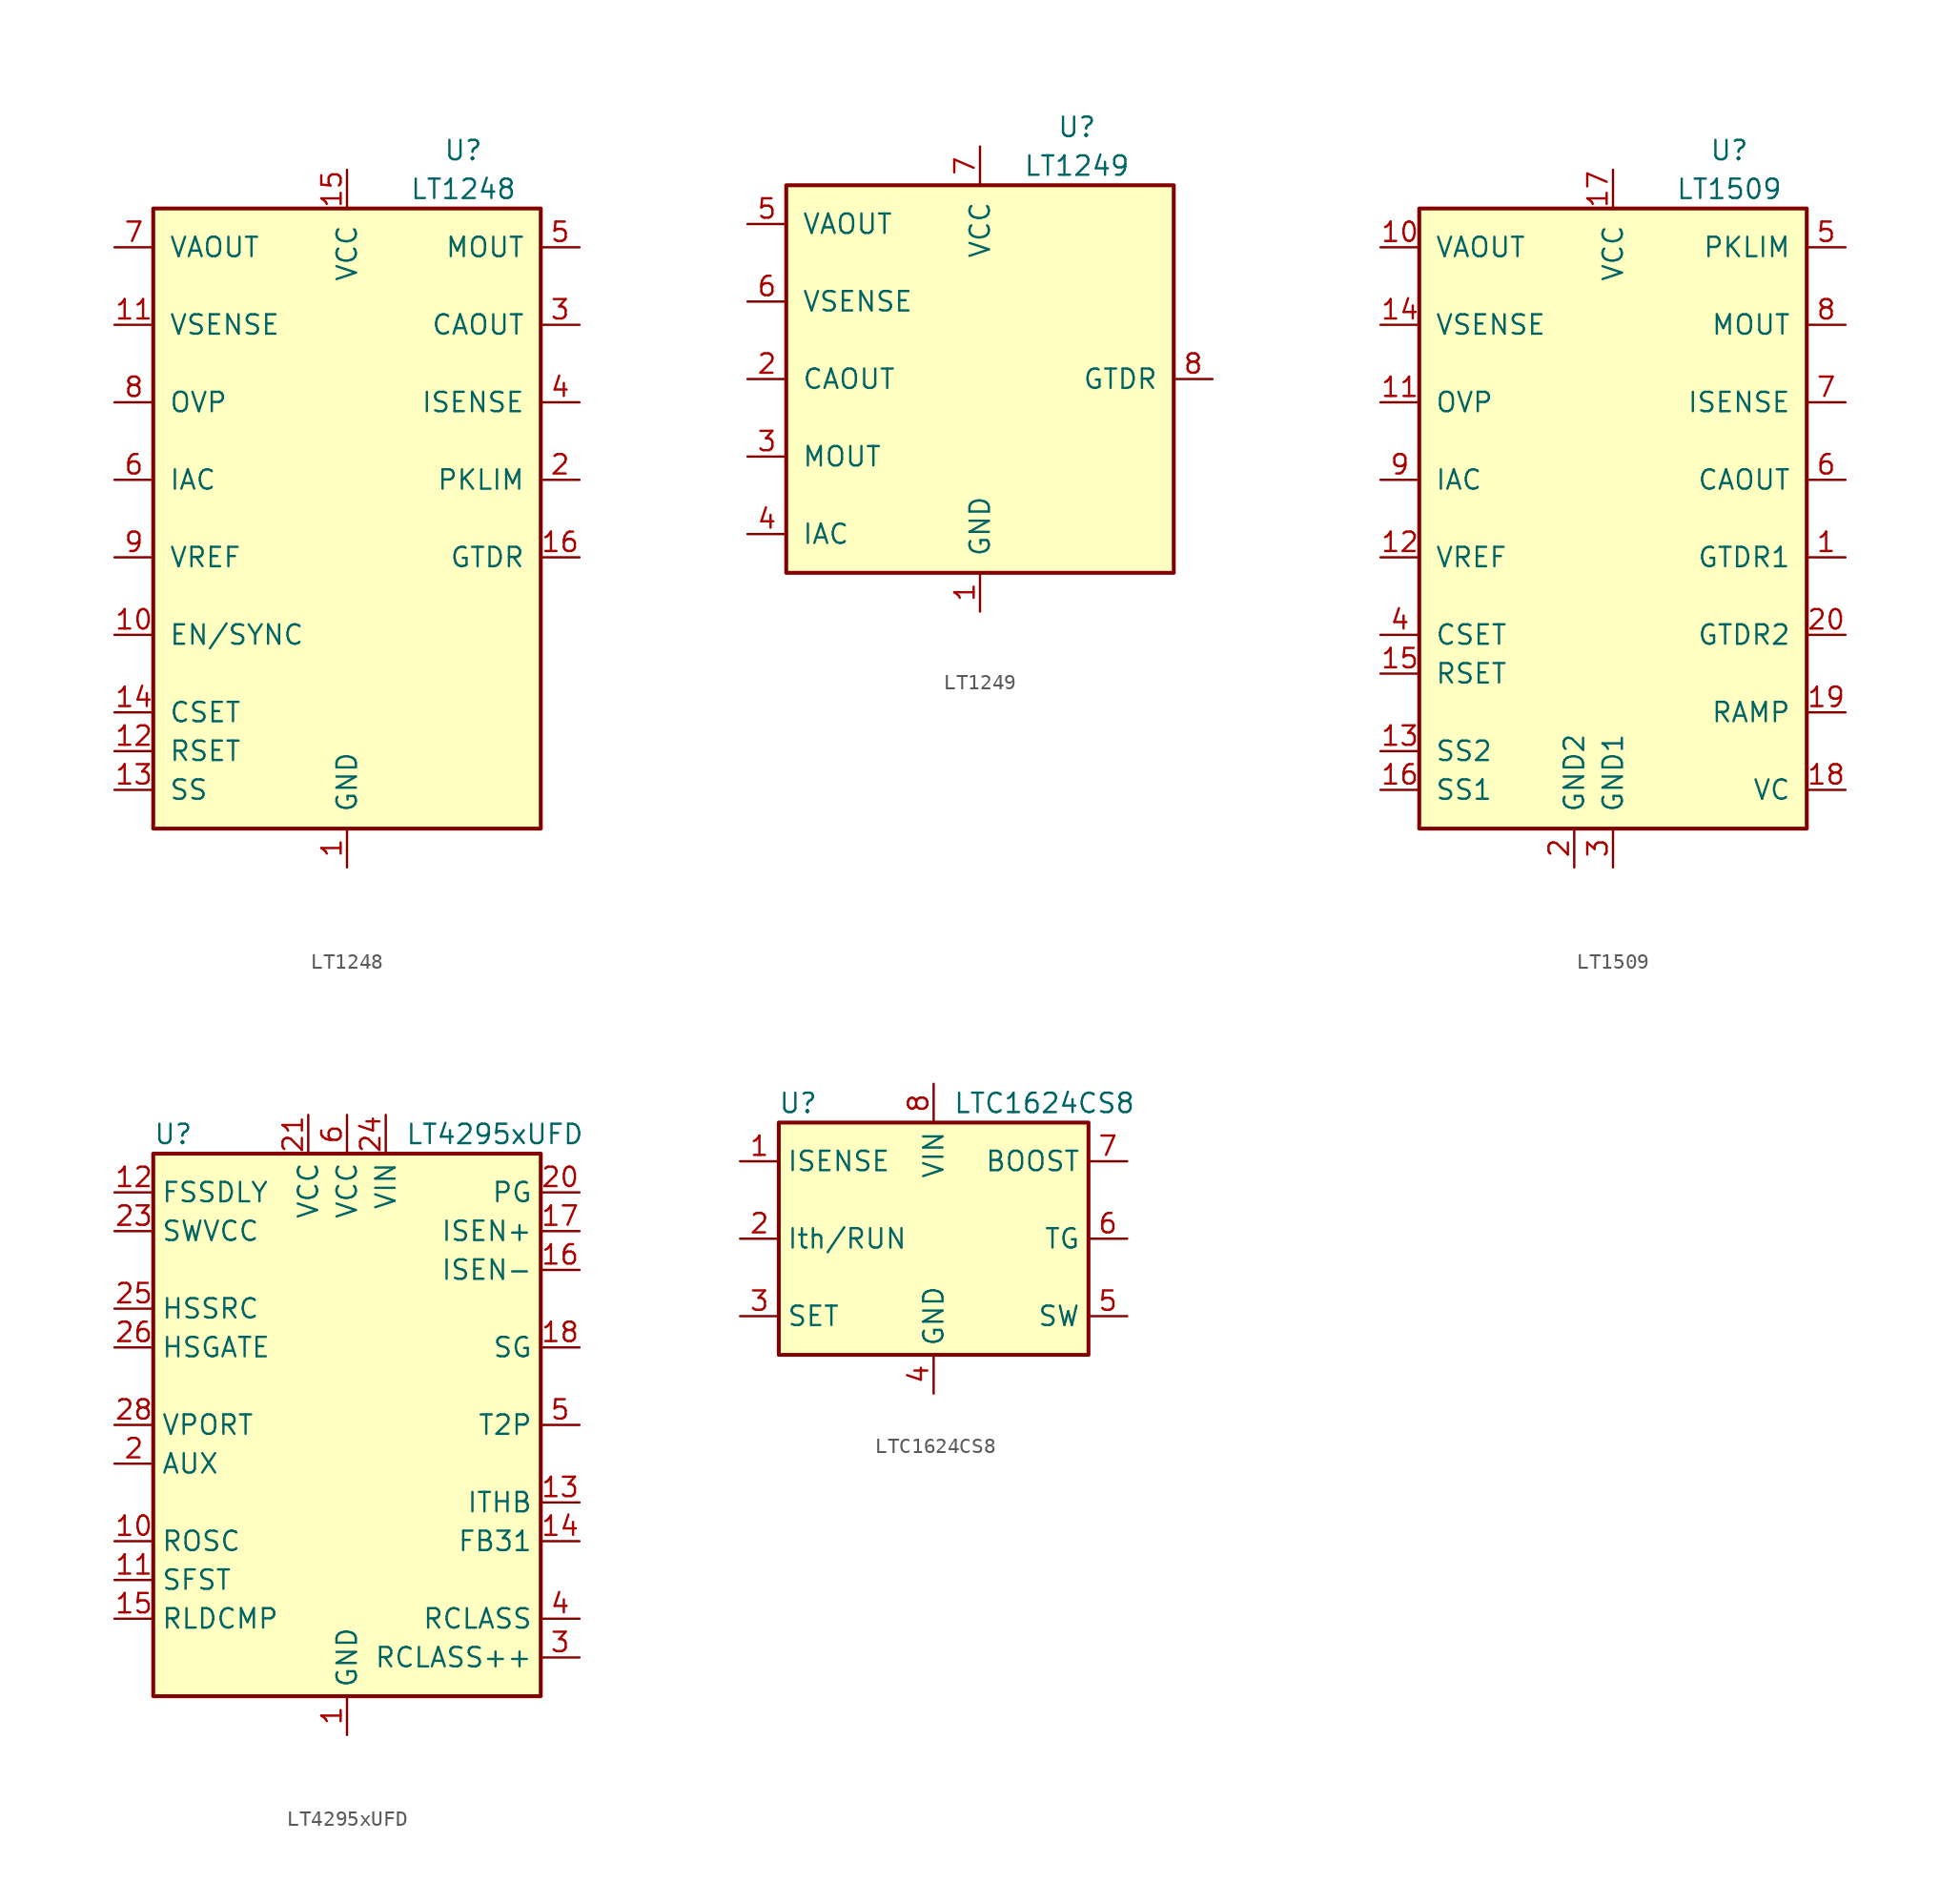
<source format=kicad_sym>
(kicad_symbol_lib
  (version 20241209)
  (generator "kicad_symbol_editor")
  (generator_version "9.0")
  (symbol "LT1248"
    (pin_names
      (offset 1.016))
    (property "Reference" "U"
      (at 7.62 24.13 0)
      (effects (font (size 1.27 1.27))))
    (property "Value" "LT1248"
      (at 7.62 21.59 0)
      (effects (font (size 1.27 1.27))))
    (symbol "LT1248_0_1"
      (rectangle (start -12.7 20.32) (end 12.7 -20.32) (stroke (width 0.254) (type default)) (fill (type background))))
    (symbol "LT1248_1_1"
      (pin output line (at -15.24 17.78 0) (length 2.54) (name "VAOUT" (effects (font (size 1.27 1.27)))) (number "7" (effects (font (size 1.27 1.27)))))
      (pin input line (at -15.24 12.7 0) (length 2.54) (name "VSENSE" (effects (font (size 1.27 1.27)))) (number "11" (effects (font (size 1.27 1.27)))))
      (pin input line (at -15.24 7.62 0) (length 2.54) (name "OVP" (effects (font (size 1.27 1.27)))) (number "8" (effects (font (size 1.27 1.27)))))
      (pin input line (at -15.24 2.54 0) (length 2.54) (name "IAC" (effects (font (size 1.27 1.27)))) (number "6" (effects (font (size 1.27 1.27)))))
      (pin power_out line (at -15.24 -2.54 0) (length 2.54) (name "VREF" (effects (font (size 1.27 1.27)))) (number "9" (effects (font (size 1.27 1.27)))))
      (pin input line (at -15.24 -7.62 0) (length 2.54) (name "EN/SYNC" (effects (font (size 1.27 1.27)))) (number "10" (effects (font (size 1.27 1.27)))))
      (pin passive line (at -15.24 -12.7 0) (length 2.54) (name "CSET" (effects (font (size 1.27 1.27)))) (number "14" (effects (font (size 1.27 1.27)))))
      (pin passive line (at -15.24 -15.24 0) (length 2.54) (name "RSET" (effects (font (size 1.27 1.27)))) (number "12" (effects (font (size 1.27 1.27)))))
      (pin passive line (at -15.24 -17.78 0) (length 2.54) (name "SS" (effects (font (size 1.27 1.27)))) (number "13" (effects (font (size 1.27 1.27)))))
      (pin power_in line (at 0 22.86 270) (length 2.54) (name "VCC" (effects (font (size 1.27 1.27)))) (number "15" (effects (font (size 1.27 1.27)))))
      (pin power_in line (at 0 -22.86 90) (length 2.54) (name "GND" (effects (font (size 1.27 1.27)))) (number "1" (effects (font (size 1.27 1.27)))))
      (pin input line (at 15.24 17.78 180) (length 2.54) (name "MOUT" (effects (font (size 1.27 1.27)))) (number "5" (effects (font (size 1.27 1.27)))))
      (pin output line (at 15.24 12.7 180) (length 2.54) (name "CAOUT" (effects (font (size 1.27 1.27)))) (number "3" (effects (font (size 1.27 1.27)))))
      (pin input line (at 15.24 7.62 180) (length 2.54) (name "ISENSE" (effects (font (size 1.27 1.27)))) (number "4" (effects (font (size 1.27 1.27)))))
      (pin input line (at 15.24 2.54 180) (length 2.54) (name "PKLIM" (effects (font (size 1.27 1.27)))) (number "2" (effects (font (size 1.27 1.27)))))
      (pin output line (at 15.24 -2.54 180) (length 2.54) (name "GTDR" (effects (font (size 1.27 1.27)))) (number "16" (effects (font (size 1.27 1.27)))))))
  (symbol "LT1249"
    (pin_names
      (offset 1.016))
    (property "Reference" "U"
      (at 6.35 16.51 0)
      (effects (font (size 1.27 1.27))))
    (property "Value" "LT1249"
      (at 6.35 13.97 0)
      (effects (font (size 1.27 1.27))))
    (symbol "LT1249_0_1"
      (rectangle (start -12.7 12.7) (end 12.7 -12.7) (stroke (width 0.254) (type default)) (fill (type background))))
    (symbol "LT1249_1_1"
      (pin output line (at -15.24 10.16 0) (length 2.54) (name "VAOUT" (effects (font (size 1.27 1.27)))) (number "5" (effects (font (size 1.27 1.27)))))
      (pin input line (at -15.24 5.08 0) (length 2.54) (name "VSENSE" (effects (font (size 1.27 1.27)))) (number "6" (effects (font (size 1.27 1.27)))))
      (pin output line (at -15.24 0 0) (length 2.54) (name "CAOUT" (effects (font (size 1.27 1.27)))) (number "2" (effects (font (size 1.27 1.27)))))
      (pin input line (at -15.24 -5.08 0) (length 2.54) (name "MOUT" (effects (font (size 1.27 1.27)))) (number "3" (effects (font (size 1.27 1.27)))))
      (pin input line (at -15.24 -10.16 0) (length 2.54) (name "IAC" (effects (font (size 1.27 1.27)))) (number "4" (effects (font (size 1.27 1.27)))))
      (pin power_in line (at 0 15.24 270) (length 2.54) (name "VCC" (effects (font (size 1.27 1.27)))) (number "7" (effects (font (size 1.27 1.27)))))
      (pin power_in line (at 0 -15.24 90) (length 2.54) (name "GND" (effects (font (size 1.27 1.27)))) (number "1" (effects (font (size 1.27 1.27)))))
      (pin output line (at 15.24 0 180) (length 2.54) (name "GTDR" (effects (font (size 1.27 1.27)))) (number "8" (effects (font (size 1.27 1.27)))))))
  (symbol "LT1509"
    (pin_names
      (offset 1.016))
    (property "Reference" "U"
      (at 7.62 24.13 0)
      (effects (font (size 1.27 1.27))))
    (property "Value" "LT1509"
      (at 7.62 21.59 0)
      (effects (font (size 1.27 1.27))))
    (symbol "LT1509_0_1"
      (rectangle (start -12.7 20.32) (end 12.7 -20.32) (stroke (width 0.254) (type default)) (fill (type background))))
    (symbol "LT1509_1_1"
      (pin output line (at -15.24 17.78 0) (length 2.54) (name "VAOUT" (effects (font (size 1.27 1.27)))) (number "10" (effects (font (size 1.27 1.27)))))
      (pin input line (at -15.24 12.7 0) (length 2.54) (name "VSENSE" (effects (font (size 1.27 1.27)))) (number "14" (effects (font (size 1.27 1.27)))))
      (pin input line (at -15.24 7.62 0) (length 2.54) (name "OVP" (effects (font (size 1.27 1.27)))) (number "11" (effects (font (size 1.27 1.27)))))
      (pin input line (at -15.24 2.54 0) (length 2.54) (name "IAC" (effects (font (size 1.27 1.27)))) (number "9" (effects (font (size 1.27 1.27)))))
      (pin power_out line (at -15.24 -2.54 0) (length 2.54) (name "VREF" (effects (font (size 1.27 1.27)))) (number "12" (effects (font (size 1.27 1.27)))))
      (pin passive line (at -15.24 -7.62 0) (length 2.54) (name "CSET" (effects (font (size 1.27 1.27)))) (number "4" (effects (font (size 1.27 1.27)))))
      (pin passive line (at -15.24 -10.16 0) (length 2.54) (name "RSET" (effects (font (size 1.27 1.27)))) (number "15" (effects (font (size 1.27 1.27)))))
      (pin passive line (at -15.24 -15.24 0) (length 2.54) (name "SS2" (effects (font (size 1.27 1.27)))) (number "13" (effects (font (size 1.27 1.27)))))
      (pin passive line (at -15.24 -17.78 0) (length 2.54) (name "SS1" (effects (font (size 1.27 1.27)))) (number "16" (effects (font (size 1.27 1.27)))))
      (pin power_in line (at -2.54 -22.86 90) (length 2.54) (name "GND2" (effects (font (size 1.27 1.27)))) (number "2" (effects (font (size 1.27 1.27)))))
      (pin power_in line (at 0 22.86 270) (length 2.54) (name "VCC" (effects (font (size 1.27 1.27)))) (number "17" (effects (font (size 1.27 1.27)))))
      (pin power_in line (at 0 -22.86 90) (length 2.54) (name "GND1" (effects (font (size 1.27 1.27)))) (number "3" (effects (font (size 1.27 1.27)))))
      (pin input line (at 15.24 17.78 180) (length 2.54) (name "PKLIM" (effects (font (size 1.27 1.27)))) (number "5" (effects (font (size 1.27 1.27)))))
      (pin input line (at 15.24 12.7 180) (length 2.54) (name "MOUT" (effects (font (size 1.27 1.27)))) (number "8" (effects (font (size 1.27 1.27)))))
      (pin input line (at 15.24 7.62 180) (length 2.54) (name "ISENSE" (effects (font (size 1.27 1.27)))) (number "7" (effects (font (size 1.27 1.27)))))
      (pin output line (at 15.24 2.54 180) (length 2.54) (name "CAOUT" (effects (font (size 1.27 1.27)))) (number "6" (effects (font (size 1.27 1.27)))))
      (pin output line (at 15.24 -2.54 180) (length 2.54) (name "GTDR1" (effects (font (size 1.27 1.27)))) (number "1" (effects (font (size 1.27 1.27)))))
      (pin output line (at 15.24 -7.62 180) (length 2.54) (name "GTDR2" (effects (font (size 1.27 1.27)))) (number "20" (effects (font (size 1.27 1.27)))))
      (pin input line (at 15.24 -12.7 180) (length 2.54) (name "RAMP" (effects (font (size 1.27 1.27)))) (number "19" (effects (font (size 1.27 1.27)))))
      (pin input line (at 15.24 -17.78 180) (length 2.54) (name "VC" (effects (font (size 1.27 1.27)))) (number "18" (effects (font (size 1.27 1.27)))))))
  (symbol "LT4295xUFD"
    (property "Reference" "U"
      (at -12.7 19.05 0)
      (effects (font (size 1.27 1.27)) (justify left)))
    (property "Value" "LT4295xUFD"
      (at 3.81 19.05 0)
      (effects (font (size 1.27 1.27)) (justify left)))
    (symbol "LT4295xUFD_0_1"
      (rectangle (start -12.7 17.78) (end 12.7 -17.78) (stroke (width 0.254) (type default)) (fill (type background))))
    (symbol "LT4295xUFD_1_1"
      (pin input line (at -15.24 15.24 0) (length 2.54) (name "FSSDLY" (effects (font (size 1.27 1.27)))) (number "12" (effects (font (size 1.27 1.27)))))
      (pin output line (at -15.24 12.7 0) (length 2.54) (name "SWVCC" (effects (font (size 1.27 1.27)))) (number "23" (effects (font (size 1.27 1.27)))))
      (pin input line (at -15.24 7.62 0) (length 2.54) (name "HSSRC" (effects (font (size 1.27 1.27)))) (number "25" (effects (font (size 1.27 1.27)))))
      (pin output line (at -15.24 5.08 0) (length 2.54) (name "HSGATE" (effects (font (size 1.27 1.27)))) (number "26" (effects (font (size 1.27 1.27)))))
      (pin input line (at -15.24 0 0) (length 2.54) (name "VPORT" (effects (font (size 1.27 1.27)))) (number "28" (effects (font (size 1.27 1.27)))))
      (pin input line (at -15.24 -2.54 0) (length 2.54) (name "AUX" (effects (font (size 1.27 1.27)))) (number "2" (effects (font (size 1.27 1.27)))))
      (pin passive line (at -15.24 -7.62 0) (length 2.54) (name "ROSC" (effects (font (size 1.27 1.27)))) (number "10" (effects (font (size 1.27 1.27)))))
      (pin passive line (at -15.24 -10.16 0) (length 2.54) (name "SFST" (effects (font (size 1.27 1.27)))) (number "11" (effects (font (size 1.27 1.27)))))
      (pin passive line (at -15.24 -12.7 0) (length 2.54) (name "RLDCMP" (effects (font (size 1.27 1.27)))) (number "15" (effects (font (size 1.27 1.27)))))
      (pin no_connect line (at -12.7 -15.24 0) (length 2.54) (hide yes) (name "DNC" (effects (font (size 1.27 1.27)))) (number "22" (effects (font (size 1.27 1.27)))))
      (pin no_connect line (at -12.7 -17.78 0) (length 2.54) (hide yes) (name "NC" (effects (font (size 1.27 1.27)))) (number "27" (effects (font (size 1.27 1.27)))))
      (pin power_in line (at -2.54 20.32 270) (length 2.54) (name "VCC" (effects (font (size 1.27 1.27)))) (number "21" (effects (font (size 1.27 1.27)))))
      (pin power_in line (at 0 20.32 270) (length 2.54) (name "VCC" (effects (font (size 1.27 1.27)))) (number "6" (effects (font (size 1.27 1.27)))))
      (pin passive line (at 0 20.32 270) (length 2.54) (hide yes) (name "VCC" (effects (font (size 1.27 1.27)))) (number "7" (effects (font (size 1.27 1.27)))))
      (pin passive line (at 0 20.32 270) (length 2.54) (hide yes) (name "VCC" (effects (font (size 1.27 1.27)))) (number "8" (effects (font (size 1.27 1.27)))))
      (pin passive line (at 0 20.32 270) (length 2.54) (hide yes) (name "VCC" (effects (font (size 1.27 1.27)))) (number "9" (effects (font (size 1.27 1.27)))))
      (pin power_in line (at 0 -20.32 90) (length 2.54) (name "GND" (effects (font (size 1.27 1.27)))) (number "1" (effects (font (size 1.27 1.27)))))
      (pin passive line (at 0 -20.32 90) (length 2.54) (hide yes) (name "GND" (effects (font (size 1.27 1.27)))) (number "19" (effects (font (size 1.27 1.27)))))
      (pin passive line (at 0 -20.32 90) (length 2.54) (hide yes) (name "GND" (effects (font (size 1.27 1.27)))) (number "29" (effects (font (size 1.27 1.27)))))
      (pin power_in line (at 2.54 20.32 270) (length 2.54) (name "VIN" (effects (font (size 1.27 1.27)))) (number "24" (effects (font (size 1.27 1.27)))))
      (pin output line (at 15.24 15.24 180) (length 2.54) (name "PG" (effects (font (size 1.27 1.27)))) (number "20" (effects (font (size 1.27 1.27)))))
      (pin passive line (at 15.24 12.7 180) (length 2.54) (name "ISEN+" (effects (font (size 1.27 1.27)))) (number "17" (effects (font (size 1.27 1.27)))))
      (pin passive line (at 15.24 10.16 180) (length 2.54) (name "ISEN-" (effects (font (size 1.27 1.27)))) (number "16" (effects (font (size 1.27 1.27)))))
      (pin output line (at 15.24 5.08 180) (length 2.54) (name "SG" (effects (font (size 1.27 1.27)))) (number "18" (effects (font (size 1.27 1.27)))))
      (pin open_collector line (at 15.24 0 180) (length 2.54) (name "T2P" (effects (font (size 1.27 1.27)))) (number "5" (effects (font (size 1.27 1.27)))))
      (pin input line (at 15.24 -5.08 180) (length 2.54) (name "ITHB" (effects (font (size 1.27 1.27)))) (number "13" (effects (font (size 1.27 1.27)))))
      (pin passive line (at 15.24 -7.62 180) (length 2.54) (name "FB31" (effects (font (size 1.27 1.27)))) (number "14" (effects (font (size 1.27 1.27)))))
      (pin passive line (at 15.24 -12.7 180) (length 2.54) (name "RCLASS" (effects (font (size 1.27 1.27)))) (number "4" (effects (font (size 1.27 1.27)))))
      (pin passive line (at 15.24 -15.24 180) (length 2.54) (name "RCLASS++" (effects (font (size 1.27 1.27)))) (number "3" (effects (font (size 1.27 1.27)))))))
  (symbol "LTC1624CS8"
    (property "Reference" "U"
      (at -8.89 8.89 0)
      (effects (font (size 1.27 1.27))))
    (property "Value" "LTC1624CS8"
      (at 1.27 8.89 0)
      (effects (font (size 1.27 1.27)) (justify left)))
    (symbol "LTC1624CS8_0_1"
      (rectangle (start -10.16 -7.62) (end 10.16 7.62) (stroke (width 0.254) (type default)) (fill (type background))))
    (symbol "LTC1624CS8_1_1"
      (pin input line (at -12.7 5.08 0) (length 2.54) (name "ISENSE" (effects (font (size 1.27 1.27)))) (number "1" (effects (font (size 1.27 1.27)))))
      (pin input line (at -12.7 0 0) (length 2.54) (name "Ith/RUN" (effects (font (size 1.27 1.27)))) (number "2" (effects (font (size 1.27 1.27)))))
      (pin input line (at -12.7 -5.08 0) (length 2.54) (name "SET" (effects (font (size 1.27 1.27)))) (number "3" (effects (font (size 1.27 1.27)))))
      (pin power_in line (at 0 10.16 270) (length 2.54) (name "VIN" (effects (font (size 1.27 1.27)))) (number "8" (effects (font (size 1.27 1.27)))))
      (pin power_in line (at 0 -10.16 90) (length 2.54) (name "GND" (effects (font (size 1.27 1.27)))) (number "4" (effects (font (size 1.27 1.27)))))
      (pin output line (at 12.7 5.08 180) (length 2.54) (name "BOOST" (effects (font (size 1.27 1.27)))) (number "7" (effects (font (size 1.27 1.27)))))
      (pin open_collector line (at 12.7 0 180) (length 2.54) (name "TG" (effects (font (size 1.27 1.27)))) (number "6" (effects (font (size 1.27 1.27)))))
      (pin input line (at 12.7 -5.08 180) (length 2.54) (name "SW" (effects (font (size 1.27 1.27)))) (number "5" (effects (font (size 1.27 1.27))))))))
</source>
